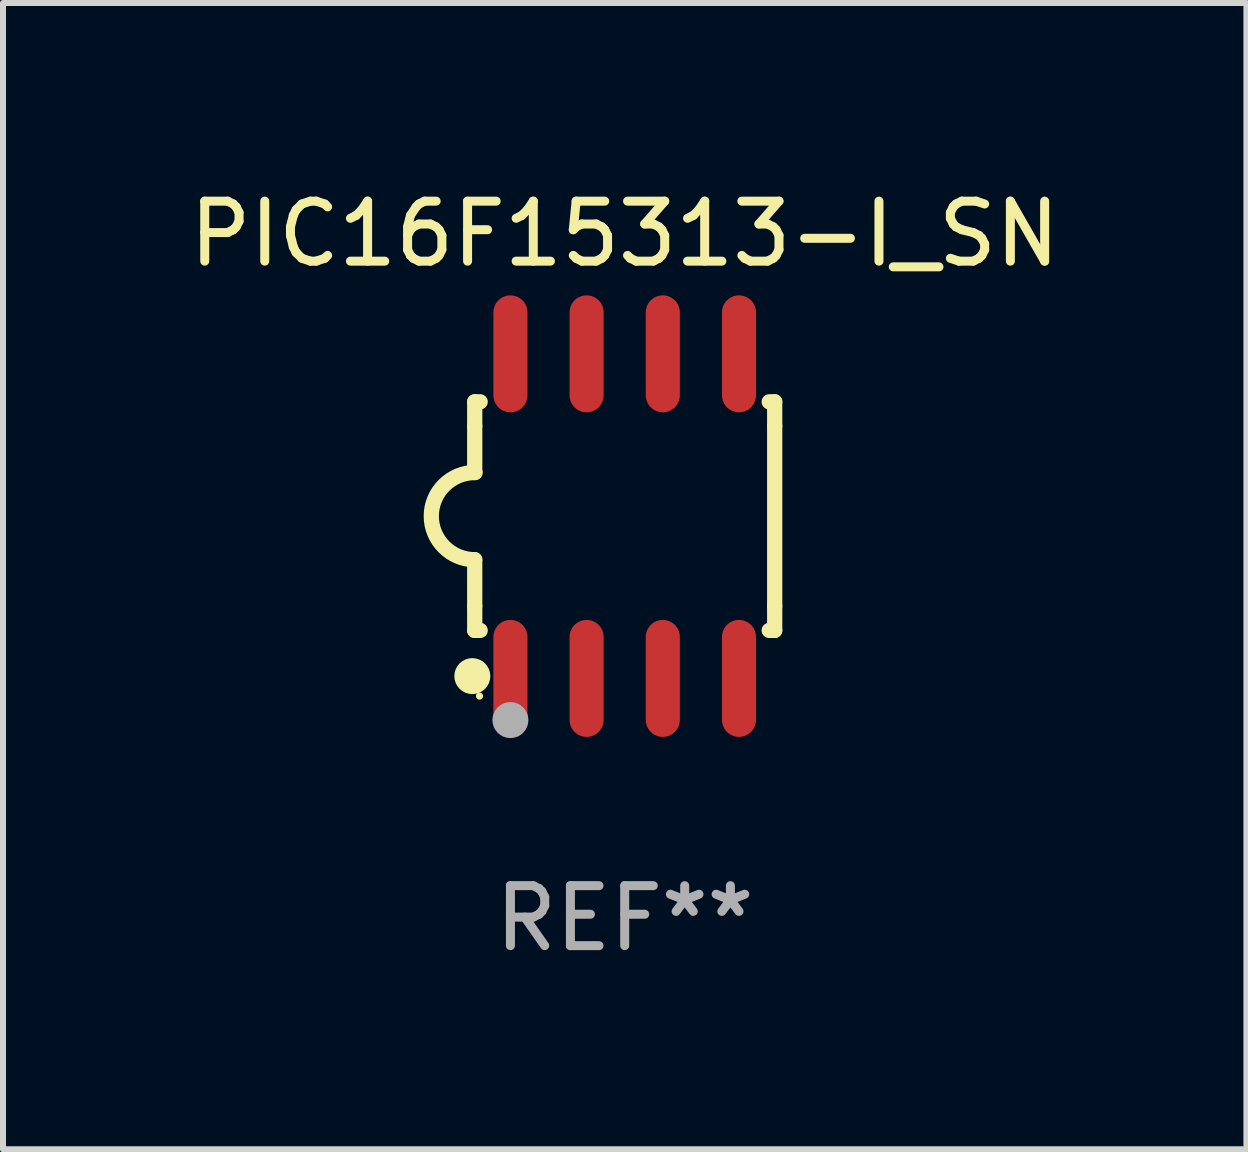
<source format=kicad_pcb>
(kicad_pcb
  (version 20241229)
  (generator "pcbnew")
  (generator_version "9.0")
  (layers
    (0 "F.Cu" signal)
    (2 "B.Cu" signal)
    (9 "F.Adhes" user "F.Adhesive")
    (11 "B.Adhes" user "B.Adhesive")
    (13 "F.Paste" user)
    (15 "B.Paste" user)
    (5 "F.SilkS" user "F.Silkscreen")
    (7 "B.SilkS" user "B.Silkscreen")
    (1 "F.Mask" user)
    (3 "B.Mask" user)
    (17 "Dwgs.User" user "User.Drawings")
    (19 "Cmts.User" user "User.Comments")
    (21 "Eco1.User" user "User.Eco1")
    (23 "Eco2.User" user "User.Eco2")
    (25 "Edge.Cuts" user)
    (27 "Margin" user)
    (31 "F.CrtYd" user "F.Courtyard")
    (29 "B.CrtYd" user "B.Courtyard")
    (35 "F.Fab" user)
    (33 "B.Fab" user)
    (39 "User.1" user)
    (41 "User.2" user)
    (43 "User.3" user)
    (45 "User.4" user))
  (footprint "PIC16F15313-I_SN"
    (layer "F.Cu")
    (at 7.363 5.553)
    (property "Reference" "PIC16F15313-I_SN" (at 0 -4.705 0) (layer "F.SilkS") (effects (font (size 1 1) (thickness 0.15))))
    (attr through_hole)
    (fp_line (start -2.5 -1.905) (end -2.409 -1.905) (stroke (width 0.254) (type solid)) (layer "F.SilkS"))
    (fp_line (start -2.5 -1.5) (end -2.5 -1.905) (stroke (width 0.254) (type solid)) (layer "F.SilkS"))
    (fp_line (start -2.5 -1.5) (end -2.5 -0.726) (stroke (width 0.254) (type solid)) (layer "F.SilkS"))
    (fp_line (start -2.5 1.5) (end -2.5 0.727) (stroke (width 0.254) (type solid)) (layer "F.SilkS"))
    (fp_line (start -2.5 1.5) (end -2.5 1.905) (stroke (width 0.254) (type solid)) (layer "F.SilkS"))
    (fp_line (start -2.5 1.905) (end -2.409 1.905) (stroke (width 0.254) (type solid)) (layer "F.SilkS"))
    (fp_line (start 2.5 -1.905) (end 2.409 -1.905) (stroke (width 0.254) (type solid)) (layer "F.SilkS"))
    (fp_line (start 2.5 -1.5) (end 2.5 -1.905) (stroke (width 0.254) (type solid)) (layer "F.SilkS"))
    (fp_line (start 2.5 -1.5) (end 2.5 1.5) (stroke (width 0.254) (type solid)) (layer "F.SilkS"))
    (fp_line (start 2.5 1.5) (end 2.5 1.905) (stroke (width 0.254) (type solid)) (layer "F.SilkS"))
    (fp_line (start 2.5 1.905) (end 2.409 1.905) (stroke (width 0.254) (type solid)) (layer "F.SilkS"))
    (fp_arc (start -2.5 0.726568) (mid -3.220316 -0.0023) (end -2.495097 -0.726289) (stroke (width 0.254001) (type solid)) (layer "F.SilkS"))
    (fp_circle (center -2.54 2.667) (end -2.39 2.667) (stroke (width 0.3) (type solid)) (fill no) (layer "F.SilkS"))
    (fp_circle (center -2.42 3) (end -2.39 3) (stroke (width 0.06) (type solid)) (fill no) (layer "F.SilkS"))
    (fp_circle (center -1.905 3.4) (end -1.755 3.4) (stroke (width 0.3) (type solid)) (fill no) (layer "F.Fab"))
    (fp_text user "REF**" (at 0 6.705 0) (layer "F.Fab") (effects (font (size 1 1) (thickness 0.15))))
    (pad "1" smd oval (at -1.905 2.705) (size 0.568 1.95) (layers "F.Cu" "F.Mask" "F.Paste"))
    (pad "2" smd oval (at -0.635 2.705) (size 0.568 1.95) (layers "F.Cu" "F.Mask" "F.Paste"))
    (pad "3" smd oval (at 0.635 2.705) (size 0.568 1.95) (layers "F.Cu" "F.Mask" "F.Paste"))
    (pad "4" smd oval (at 1.905 2.705) (size 0.568 1.95) (layers "F.Cu" "F.Mask" "F.Paste"))
    (pad "5" smd oval (at 1.905 -2.705) (size 0.568 1.95) (layers "F.Cu" "F.Mask" "F.Paste"))
    (pad "6" smd oval (at 0.635 -2.705) (size 0.568 1.95) (layers "F.Cu" "F.Mask" "F.Paste"))
    (pad "7" smd oval (at -0.635 -2.705) (size 0.568 1.95) (layers "F.Cu" "F.Mask" "F.Paste"))
    (pad "8" smd oval (at -1.905 -2.705) (size 0.568 1.95) (layers "F.Cu" "F.Mask" "F.Paste")))
  (gr_rect
    (start -3 -3)
    (end 17.726 16.107)
    (stroke (width 0.1) (type default))
    (fill no)
    (layer "Edge.Cuts")))
</source>
